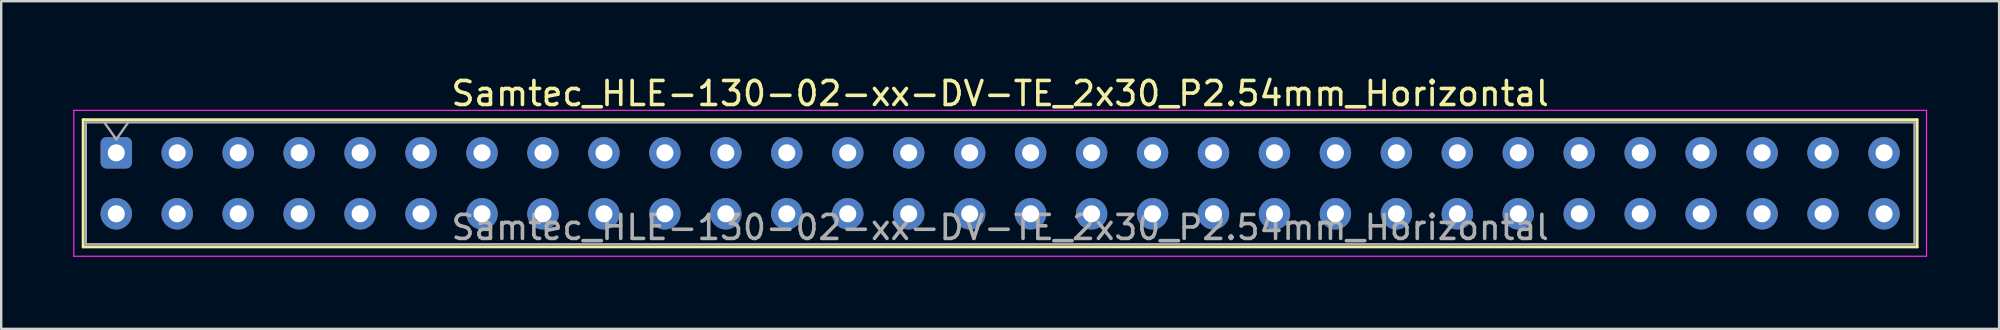
<source format=kicad_pcb>
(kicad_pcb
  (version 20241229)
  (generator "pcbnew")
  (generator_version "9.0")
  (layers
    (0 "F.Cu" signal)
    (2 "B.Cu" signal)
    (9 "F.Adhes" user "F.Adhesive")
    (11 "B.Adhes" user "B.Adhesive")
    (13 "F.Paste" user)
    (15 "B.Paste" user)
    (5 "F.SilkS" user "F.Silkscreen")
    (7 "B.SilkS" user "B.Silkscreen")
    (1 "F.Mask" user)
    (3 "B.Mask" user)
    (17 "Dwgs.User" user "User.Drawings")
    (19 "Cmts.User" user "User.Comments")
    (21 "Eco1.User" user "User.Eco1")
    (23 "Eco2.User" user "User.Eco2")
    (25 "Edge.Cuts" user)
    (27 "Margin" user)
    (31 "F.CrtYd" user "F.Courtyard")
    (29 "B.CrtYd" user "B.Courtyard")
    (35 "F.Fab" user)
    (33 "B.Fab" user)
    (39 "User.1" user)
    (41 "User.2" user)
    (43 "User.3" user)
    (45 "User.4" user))
  (footprint "Samtec_HLE-130-02-xx-DV-TE_2x30_P2.54mm_Horizontal"
    (layer "F.Cu")
    (at 1.795 3.318)
    (property "Reference" "Samtec_HLE-130-02-xx-DV-TE_2x30_P2.54mm_Horizontal" (at 36.83 -2.47 0) (layer "F.SilkS") (effects (font (size 1 1) (thickness 0.15))))
    (attr through_hole)
    (fp_line (start -1.38 -1.38) (end 75.04 -1.38) (stroke (width 0.12) (type solid)) (layer "F.SilkS"))
    (fp_line (start -1.38 3.92) (end -1.38 -1.38) (stroke (width 0.12) (type solid)) (layer "F.SilkS"))
    (fp_line (start 75.04 -1.38) (end 75.04 3.92) (stroke (width 0.12) (type solid)) (layer "F.SilkS"))
    (fp_line (start 75.04 3.92) (end -1.38 3.92) (stroke (width 0.12) (type solid)) (layer "F.SilkS"))
    (fp_line (start -1.77 -1.77) (end 75.43 -1.77) (stroke (width 0.05) (type solid)) (layer "F.CrtYd"))
    (fp_line (start -1.77 4.31) (end -1.77 -1.77) (stroke (width 0.05) (type solid)) (layer "F.CrtYd"))
    (fp_line (start 75.43 -1.77) (end 75.43 4.31) (stroke (width 0.05) (type solid)) (layer "F.CrtYd"))
    (fp_line (start 75.43 4.31) (end -1.77 4.31) (stroke (width 0.05) (type solid)) (layer "F.CrtYd"))
    (fp_line (start -1.27 -1.27) (end 74.93 -1.27) (stroke (width 0.1) (type solid)) (layer "F.Fab"))
    (fp_line (start -1.27 3.81) (end -1.27 -1.27) (stroke (width 0.1) (type solid)) (layer "F.Fab"))
    (fp_line (start -0.5 -1.27) (end 0 -0.563) (stroke (width 0.1) (type solid)) (layer "F.Fab"))
    (fp_line (start 0 -0.563) (end 0.5 -1.27) (stroke (width 0.1) (type solid)) (layer "F.Fab"))
    (fp_line (start 74.93 -1.27) (end 74.93 3.81) (stroke (width 0.1) (type solid)) (layer "F.Fab"))
    (fp_line (start 74.93 3.81) (end -1.27 3.81) (stroke (width 0.1) (type solid)) (layer "F.Fab"))
    (fp_text user "${REFERENCE}" (at 36.83 3.11 0) (layer "F.Fab") (effects (font (size 1 1) (thickness 0.15))))
    (pad "1" thru_hole roundrect (at 0 0) (size 1.31 1.31) (drill 0.71) (layers "*.Cu" "*.Mask") (roundrect_rratio 0.191))
    (pad "2" thru_hole circle (at 0 2.54) (size 1.31 1.31) (drill 0.71) (layers "*.Cu" "*.Mask"))
    (pad "3" thru_hole circle (at 2.54 0) (size 1.31 1.31) (drill 0.71) (layers "*.Cu" "*.Mask"))
    (pad "4" thru_hole circle (at 2.54 2.54) (size 1.31 1.31) (drill 0.71) (layers "*.Cu" "*.Mask"))
    (pad "5" thru_hole circle (at 5.08 0) (size 1.31 1.31) (drill 0.71) (layers "*.Cu" "*.Mask"))
    (pad "6" thru_hole circle (at 5.08 2.54) (size 1.31 1.31) (drill 0.71) (layers "*.Cu" "*.Mask"))
    (pad "7" thru_hole circle (at 7.62 0) (size 1.31 1.31) (drill 0.71) (layers "*.Cu" "*.Mask"))
    (pad "8" thru_hole circle (at 7.62 2.54) (size 1.31 1.31) (drill 0.71) (layers "*.Cu" "*.Mask"))
    (pad "9" thru_hole circle (at 10.16 0) (size 1.31 1.31) (drill 0.71) (layers "*.Cu" "*.Mask"))
    (pad "10" thru_hole circle (at 10.16 2.54) (size 1.31 1.31) (drill 0.71) (layers "*.Cu" "*.Mask"))
    (pad "11" thru_hole circle (at 12.7 0) (size 1.31 1.31) (drill 0.71) (layers "*.Cu" "*.Mask"))
    (pad "12" thru_hole circle (at 12.7 2.54) (size 1.31 1.31) (drill 0.71) (layers "*.Cu" "*.Mask"))
    (pad "13" thru_hole circle (at 15.24 0) (size 1.31 1.31) (drill 0.71) (layers "*.Cu" "*.Mask"))
    (pad "14" thru_hole circle (at 15.24 2.54) (size 1.31 1.31) (drill 0.71) (layers "*.Cu" "*.Mask"))
    (pad "15" thru_hole circle (at 17.78 0) (size 1.31 1.31) (drill 0.71) (layers "*.Cu" "*.Mask"))
    (pad "16" thru_hole circle (at 17.78 2.54) (size 1.31 1.31) (drill 0.71) (layers "*.Cu" "*.Mask"))
    (pad "17" thru_hole circle (at 20.32 0) (size 1.31 1.31) (drill 0.71) (layers "*.Cu" "*.Mask"))
    (pad "18" thru_hole circle (at 20.32 2.54) (size 1.31 1.31) (drill 0.71) (layers "*.Cu" "*.Mask"))
    (pad "19" thru_hole circle (at 22.86 0) (size 1.31 1.31) (drill 0.71) (layers "*.Cu" "*.Mask"))
    (pad "20" thru_hole circle (at 22.86 2.54) (size 1.31 1.31) (drill 0.71) (layers "*.Cu" "*.Mask"))
    (pad "21" thru_hole circle (at 25.4 0) (size 1.31 1.31) (drill 0.71) (layers "*.Cu" "*.Mask"))
    (pad "22" thru_hole circle (at 25.4 2.54) (size 1.31 1.31) (drill 0.71) (layers "*.Cu" "*.Mask"))
    (pad "23" thru_hole circle (at 27.94 0) (size 1.31 1.31) (drill 0.71) (layers "*.Cu" "*.Mask"))
    (pad "24" thru_hole circle (at 27.94 2.54) (size 1.31 1.31) (drill 0.71) (layers "*.Cu" "*.Mask"))
    (pad "25" thru_hole circle (at 30.48 0) (size 1.31 1.31) (drill 0.71) (layers "*.Cu" "*.Mask"))
    (pad "26" thru_hole circle (at 30.48 2.54) (size 1.31 1.31) (drill 0.71) (layers "*.Cu" "*.Mask"))
    (pad "27" thru_hole circle (at 33.02 0) (size 1.31 1.31) (drill 0.71) (layers "*.Cu" "*.Mask"))
    (pad "28" thru_hole circle (at 33.02 2.54) (size 1.31 1.31) (drill 0.71) (layers "*.Cu" "*.Mask"))
    (pad "29" thru_hole circle (at 35.56 0) (size 1.31 1.31) (drill 0.71) (layers "*.Cu" "*.Mask"))
    (pad "30" thru_hole circle (at 35.56 2.54) (size 1.31 1.31) (drill 0.71) (layers "*.Cu" "*.Mask"))
    (pad "31" thru_hole circle (at 38.1 0) (size 1.31 1.31) (drill 0.71) (layers "*.Cu" "*.Mask"))
    (pad "32" thru_hole circle (at 38.1 2.54) (size 1.31 1.31) (drill 0.71) (layers "*.Cu" "*.Mask"))
    (pad "33" thru_hole circle (at 40.64 0) (size 1.31 1.31) (drill 0.71) (layers "*.Cu" "*.Mask"))
    (pad "34" thru_hole circle (at 40.64 2.54) (size 1.31 1.31) (drill 0.71) (layers "*.Cu" "*.Mask"))
    (pad "35" thru_hole circle (at 43.18 0) (size 1.31 1.31) (drill 0.71) (layers "*.Cu" "*.Mask"))
    (pad "36" thru_hole circle (at 43.18 2.54) (size 1.31 1.31) (drill 0.71) (layers "*.Cu" "*.Mask"))
    (pad "37" thru_hole circle (at 45.72 0) (size 1.31 1.31) (drill 0.71) (layers "*.Cu" "*.Mask"))
    (pad "38" thru_hole circle (at 45.72 2.54) (size 1.31 1.31) (drill 0.71) (layers "*.Cu" "*.Mask"))
    (pad "39" thru_hole circle (at 48.26 0) (size 1.31 1.31) (drill 0.71) (layers "*.Cu" "*.Mask"))
    (pad "40" thru_hole circle (at 48.26 2.54) (size 1.31 1.31) (drill 0.71) (layers "*.Cu" "*.Mask"))
    (pad "41" thru_hole circle (at 50.8 0) (size 1.31 1.31) (drill 0.71) (layers "*.Cu" "*.Mask"))
    (pad "42" thru_hole circle (at 50.8 2.54) (size 1.31 1.31) (drill 0.71) (layers "*.Cu" "*.Mask"))
    (pad "43" thru_hole circle (at 53.34 0) (size 1.31 1.31) (drill 0.71) (layers "*.Cu" "*.Mask"))
    (pad "44" thru_hole circle (at 53.34 2.54) (size 1.31 1.31) (drill 0.71) (layers "*.Cu" "*.Mask"))
    (pad "45" thru_hole circle (at 55.88 0) (size 1.31 1.31) (drill 0.71) (layers "*.Cu" "*.Mask"))
    (pad "46" thru_hole circle (at 55.88 2.54) (size 1.31 1.31) (drill 0.71) (layers "*.Cu" "*.Mask"))
    (pad "47" thru_hole circle (at 58.42 0) (size 1.31 1.31) (drill 0.71) (layers "*.Cu" "*.Mask"))
    (pad "48" thru_hole circle (at 58.42 2.54) (size 1.31 1.31) (drill 0.71) (layers "*.Cu" "*.Mask"))
    (pad "49" thru_hole circle (at 60.96 0) (size 1.31 1.31) (drill 0.71) (layers "*.Cu" "*.Mask"))
    (pad "50" thru_hole circle (at 60.96 2.54) (size 1.31 1.31) (drill 0.71) (layers "*.Cu" "*.Mask"))
    (pad "51" thru_hole circle (at 63.5 0) (size 1.31 1.31) (drill 0.71) (layers "*.Cu" "*.Mask"))
    (pad "52" thru_hole circle (at 63.5 2.54) (size 1.31 1.31) (drill 0.71) (layers "*.Cu" "*.Mask"))
    (pad "53" thru_hole circle (at 66.04 0) (size 1.31 1.31) (drill 0.71) (layers "*.Cu" "*.Mask"))
    (pad "54" thru_hole circle (at 66.04 2.54) (size 1.31 1.31) (drill 0.71) (layers "*.Cu" "*.Mask"))
    (pad "55" thru_hole circle (at 68.58 0) (size 1.31 1.31) (drill 0.71) (layers "*.Cu" "*.Mask"))
    (pad "56" thru_hole circle (at 68.58 2.54) (size 1.31 1.31) (drill 0.71) (layers "*.Cu" "*.Mask"))
    (pad "57" thru_hole circle (at 71.12 0) (size 1.31 1.31) (drill 0.71) (layers "*.Cu" "*.Mask"))
    (pad "58" thru_hole circle (at 71.12 2.54) (size 1.31 1.31) (drill 0.71) (layers "*.Cu" "*.Mask"))
    (pad "59" thru_hole circle (at 73.66 0) (size 1.31 1.31) (drill 0.71) (layers "*.Cu" "*.Mask"))
    (pad "60" thru_hole circle (at 73.66 2.54) (size 1.31 1.31) (drill 0.71) (layers "*.Cu" "*.Mask")))
  (gr_rect
    (start -3 -3)
    (end 80.25 10.653)
    (stroke (width 0.1) (type default))
    (fill no)
    (layer "Edge.Cuts")))
</source>
